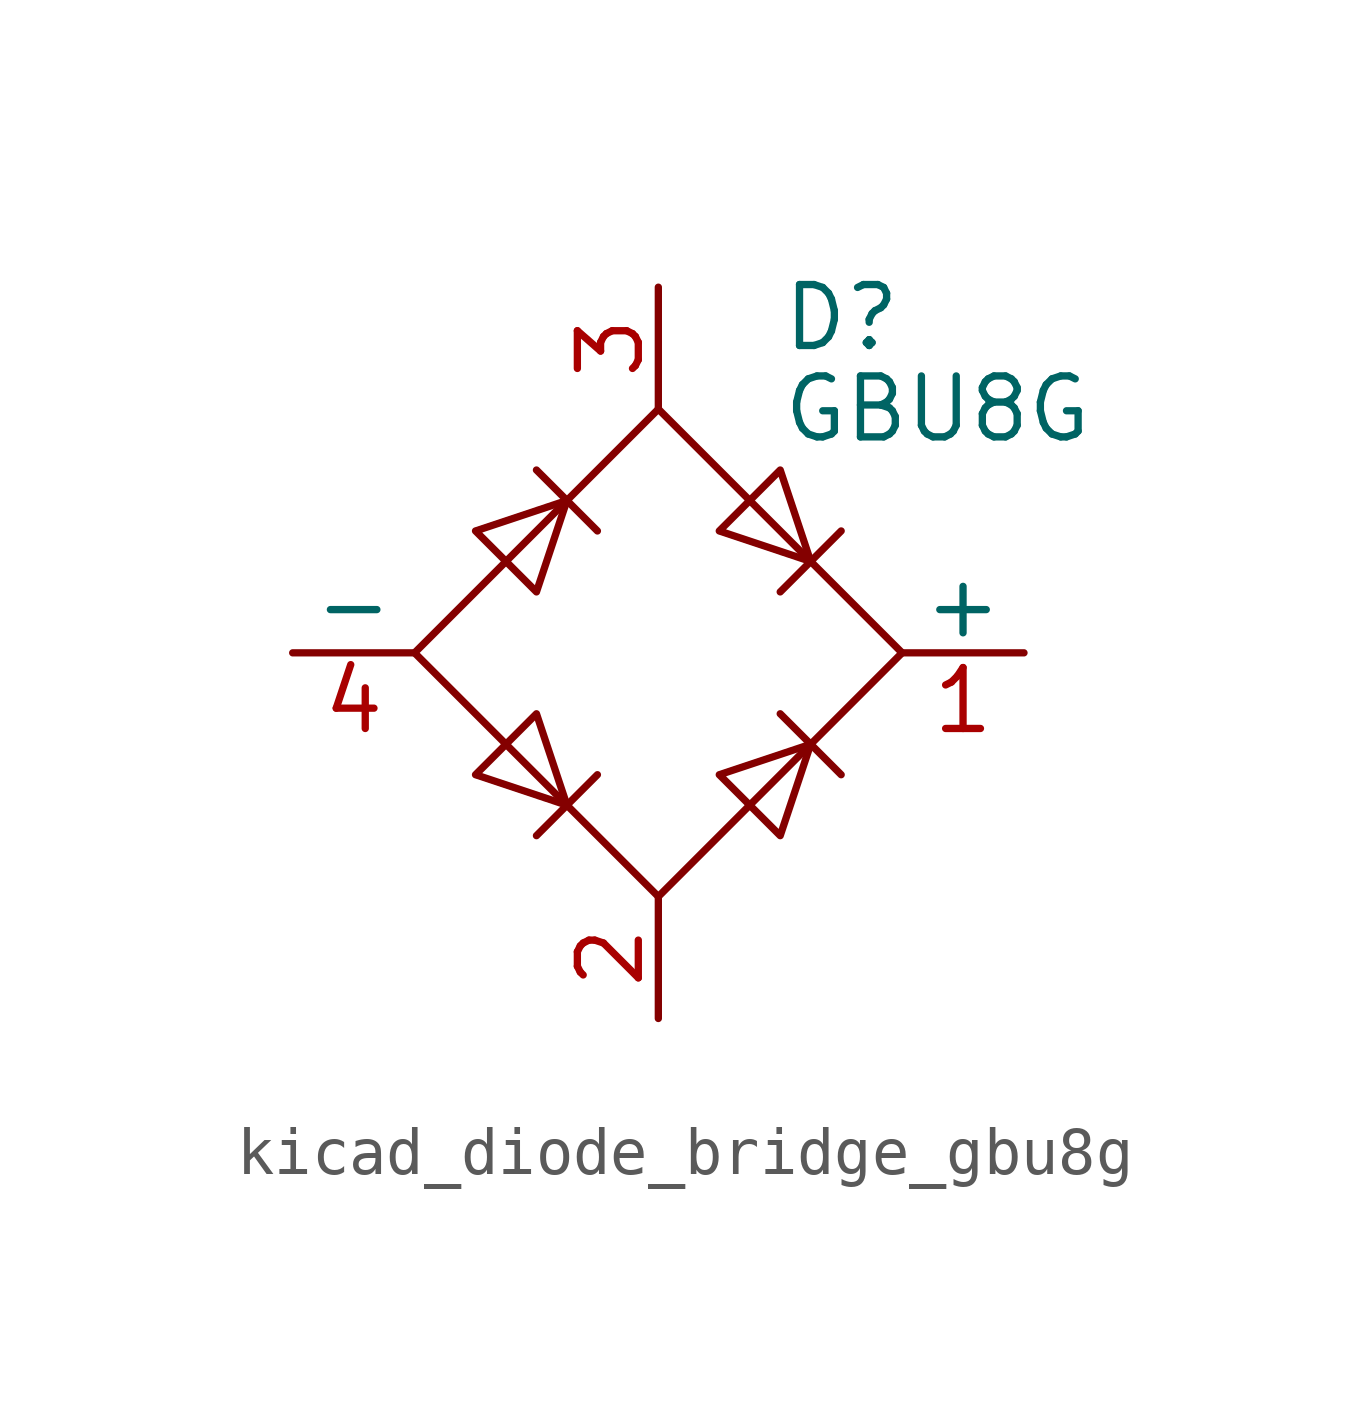
<source format=kicad_sym>
(kicad_symbol_lib
  (version 20220914)
  (generator kicad_symbol_editor)
  (symbol "kicad_diode_bridge_gbu8g"
    (pin_names
      (offset 0))
    (property "Reference" "D"
      (at 2.54 6.985 0)
      (effects (font (size 1.27 1.27)) (justify left)))
    (property "Value" "GBU8G"
      (at 2.54 5.08 0)
      (effects (font (size 1.27 1.27)) (justify left)))
    (symbol "kicad_diode_bridge_gbu8g_0_1"
      (polyline (pts (xy -2.54 3.81) (xy -1.27 2.54)) (stroke (width 0) (type default)) (fill (type none)))
      (polyline (pts (xy -1.27 -2.54) (xy -2.54 -3.81)) (stroke (width 0) (type default)) (fill (type none)))
      (polyline (pts (xy 2.54 -1.27) (xy 3.81 -2.54)) (stroke (width 0) (type default)) (fill (type none)))
      (polyline (pts (xy 2.54 1.27) (xy 3.81 2.54)) (stroke (width 0) (type default)) (fill (type none)))
      (polyline (pts (xy -3.81 2.54) (xy -2.54 1.27) (xy -1.905 3.175) (xy -3.81 2.54)) (stroke (width 0) (type default)) (fill (type none)))
      (polyline (pts (xy -2.54 -1.27) (xy -3.81 -2.54) (xy -1.905 -3.175) (xy -2.54 -1.27)) (stroke (width 0) (type default)) (fill (type none)))
      (polyline (pts (xy 1.27 2.54) (xy 2.54 3.81) (xy 3.175 1.905) (xy 1.27 2.54)) (stroke (width 0) (type default)) (fill (type none)))
      (polyline (pts (xy 3.175 -1.905) (xy 1.27 -2.54) (xy 2.54 -3.81) (xy 3.175 -1.905)) (stroke (width 0) (type default)) (fill (type none)))
      (polyline (pts (xy -5.08 0) (xy 0 -5.08) (xy 5.08 0) (xy 0 5.08) (xy -5.08 0)) (stroke (width 0) (type default)) (fill (type none))))
    (symbol "kicad_diode_bridge_gbu8g_1_1"
      (pin passive line (at 7.62 0 180) (length 2.54) (name "+" (effects (font (size 1.27 1.27)))) (number "1" (effects (font (size 1.27 1.27)))))
      (pin passive line (at 0 -7.62 90) (length 2.54) (name "~" (effects (font (size 1.27 1.27)))) (number "2" (effects (font (size 1.27 1.27)))))
      (pin passive line (at 0 7.62 270) (length 2.54) (name "~" (effects (font (size 1.27 1.27)))) (number "3" (effects (font (size 1.27 1.27)))))
      (pin passive line (at -7.62 0 0) (length 2.54) (name "-" (effects (font (size 1.27 1.27)))) (number "4" (effects (font (size 1.27 1.27))))))))
</source>
